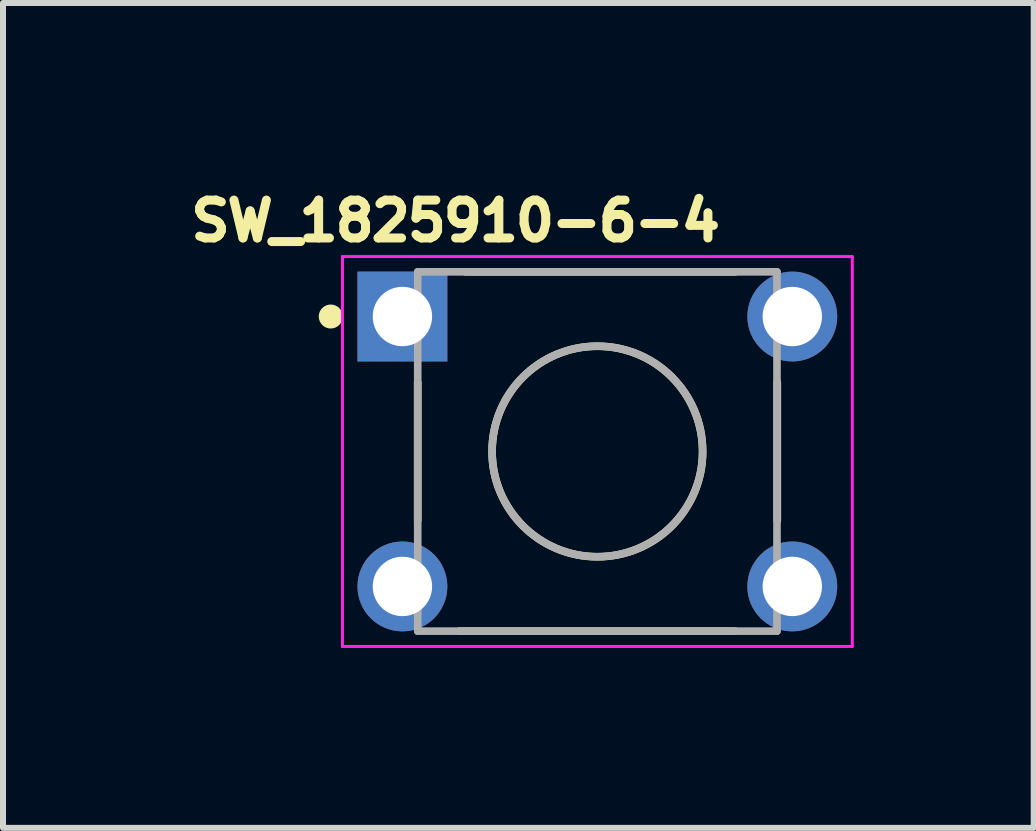
<source format=kicad_pcb>
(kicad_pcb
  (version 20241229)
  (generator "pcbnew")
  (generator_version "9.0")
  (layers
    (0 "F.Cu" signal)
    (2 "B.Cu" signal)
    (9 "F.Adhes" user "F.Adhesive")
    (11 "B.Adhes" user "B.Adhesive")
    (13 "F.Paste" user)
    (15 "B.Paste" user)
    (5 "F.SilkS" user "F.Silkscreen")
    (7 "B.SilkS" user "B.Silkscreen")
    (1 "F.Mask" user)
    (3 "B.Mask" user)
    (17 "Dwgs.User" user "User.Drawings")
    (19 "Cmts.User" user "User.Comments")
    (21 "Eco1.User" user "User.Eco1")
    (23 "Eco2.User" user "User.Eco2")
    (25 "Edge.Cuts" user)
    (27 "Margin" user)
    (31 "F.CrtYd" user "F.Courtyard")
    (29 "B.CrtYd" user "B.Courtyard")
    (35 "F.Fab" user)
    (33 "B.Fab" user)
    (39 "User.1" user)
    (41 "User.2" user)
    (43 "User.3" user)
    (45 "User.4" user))
  (footprint "SW_1825910-6-4"
    (layer "F.Cu")
    (at 6.909 4.477)
    (property "Reference" "SW_1825910-6-4" (at -2.363 -3.844 0) (layer "F.SilkS") (effects (font (size 0.631 0.631) (thickness 0.15))))
    (attr through_hole)
    (fp_line (start -2.995 -1.15) (end -2.995 1.15) (stroke (width 0.127) (type solid)) (layer "F.SilkS"))
    (fp_line (start -2.2 -2.995) (end 2.3 -2.995) (stroke (width 0.127) (type solid)) (layer "F.SilkS"))
    (fp_line (start 2.3 2.995) (end -2.3 2.995) (stroke (width 0.127) (type solid)) (layer "F.SilkS"))
    (fp_line (start 3 -1.15) (end 3 1.15) (stroke (width 0.127) (type solid)) (layer "F.SilkS"))
    (fp_circle (center -4.445 -2.25) (end -4.345 -2.25) (stroke (width 0.2) (type solid)) (fill no) (layer "F.SilkS"))
    (fp_circle (center 0 0) (end 1.755 0) (stroke (width 0.127) (type solid)) (fill no) (layer "F.SilkS"))
    (fp_line (start -4.25 -3.25) (end -4.25 3.25) (stroke (width 0.05) (type solid)) (layer "F.CrtYd"))
    (fp_line (start -4.25 3.25) (end 4.25 3.25) (stroke (width 0.05) (type solid)) (layer "F.CrtYd"))
    (fp_line (start 4.25 -3.25) (end -4.25 -3.25) (stroke (width 0.05) (type solid)) (layer "F.CrtYd"))
    (fp_line (start 4.25 3.25) (end 4.25 -3.25) (stroke (width 0.05) (type solid)) (layer "F.CrtYd"))
    (fp_line (start -2.995 -2.995) (end -2.995 2.995) (stroke (width 0.127) (type solid)) (layer "F.Fab"))
    (fp_line (start -2.995 2.995) (end 2.995 2.995) (stroke (width 0.127) (type solid)) (layer "F.Fab"))
    (fp_line (start 2.995 -2.995) (end -2.995 -2.995) (stroke (width 0.127) (type solid)) (layer "F.Fab"))
    (fp_line (start 2.995 2.995) (end 2.995 -2.995) (stroke (width 0.127) (type solid)) (layer "F.Fab"))
    (fp_circle (center 0 0) (end 1.755 0) (stroke (width 0.127) (type solid)) (fill no) (layer "F.Fab"))
    (pad "1" thru_hole rect (at -3.25 -2.25) (size 1.498 1.498) (drill 0.99) (layers "*.Cu" "*.Mask"))
    (pad "2" thru_hole circle (at 3.25 -2.25) (size 1.498 1.498) (drill 0.99) (layers "*.Cu" "*.Mask"))
    (pad "3" thru_hole circle (at -3.25 2.25) (size 1.498 1.498) (drill 0.99) (layers "*.Cu" "*.Mask"))
    (pad "4" thru_hole circle (at 3.25 2.25) (size 1.498 1.498) (drill 0.99) (layers "*.Cu" "*.Mask")))
  (gr_rect
    (start -3 -3)
    (end 14.184 10.752)
    (stroke (width 0.1) (type default))
    (fill no)
    (layer "Edge.Cuts")))
</source>
